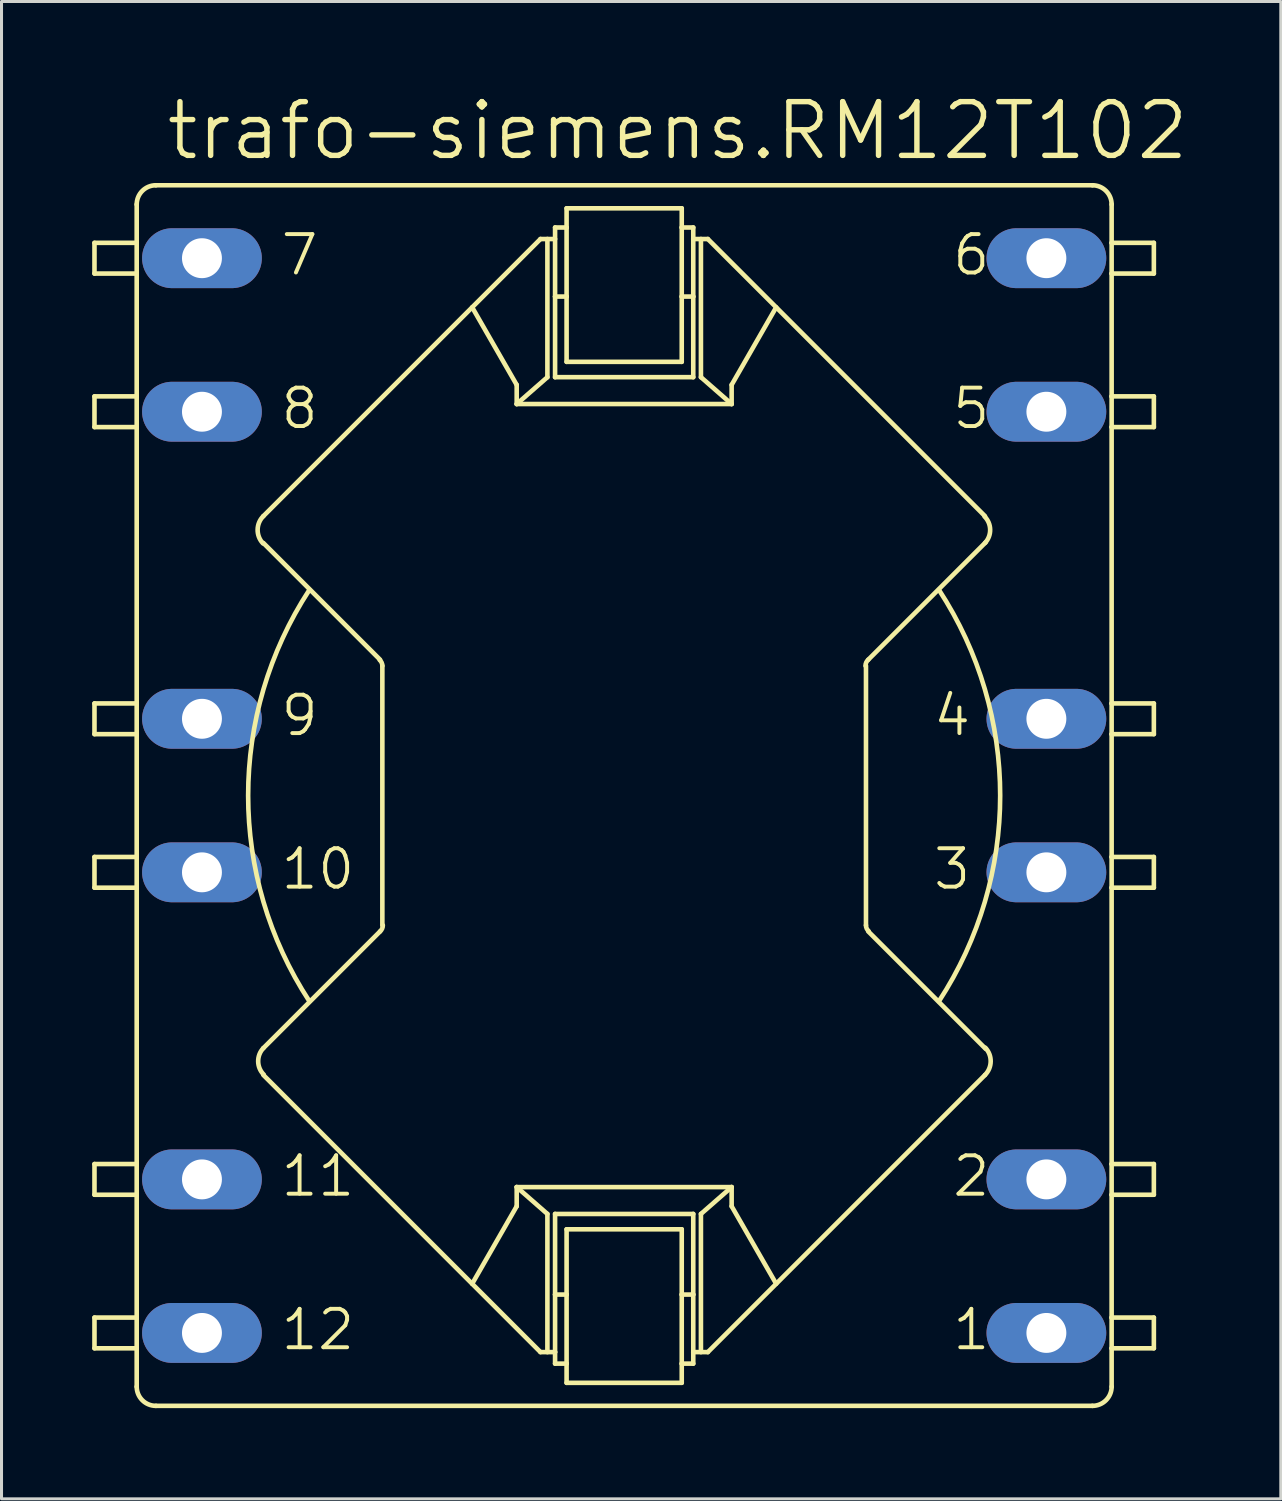
<source format=kicad_pcb>
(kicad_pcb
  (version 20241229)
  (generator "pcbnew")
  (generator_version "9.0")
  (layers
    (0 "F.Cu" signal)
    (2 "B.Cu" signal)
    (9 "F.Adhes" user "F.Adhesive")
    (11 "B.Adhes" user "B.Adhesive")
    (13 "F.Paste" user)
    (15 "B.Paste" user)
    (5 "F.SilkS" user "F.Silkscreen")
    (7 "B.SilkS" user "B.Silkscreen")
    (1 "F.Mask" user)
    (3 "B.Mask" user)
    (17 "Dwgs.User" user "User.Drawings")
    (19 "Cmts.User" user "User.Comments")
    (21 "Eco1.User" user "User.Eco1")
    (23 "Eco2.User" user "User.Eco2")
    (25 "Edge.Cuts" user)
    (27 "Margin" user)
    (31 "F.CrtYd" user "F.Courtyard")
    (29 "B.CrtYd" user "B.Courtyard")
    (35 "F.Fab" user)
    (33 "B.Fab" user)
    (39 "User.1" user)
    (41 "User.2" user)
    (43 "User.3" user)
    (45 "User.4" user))
  (footprint "trafo-siemens.RM12T102"
    (layer "F.Cu")
    (at 17.602 23.273)
    (property "Reference" "trafo-siemens.RM12T102" (at -15.24 -20.955 0) (layer "F.SilkS") (effects (font (size 1.778 1.778) (thickness 0.18)) (justify left bottom)))
    (attr through_hole)
    (fp_line (start -17.526 -17.272) (end -17.526 -18.288) (stroke (width 0.152) (type default)) (layer "F.SilkS"))
    (fp_line (start -17.526 -12.192) (end -17.526 -13.208) (stroke (width 0.152) (type default)) (layer "F.SilkS"))
    (fp_line (start -17.526 -2.032) (end -17.526 -3.048) (stroke (width 0.152) (type default)) (layer "F.SilkS"))
    (fp_line (start -17.526 3.048) (end -17.526 2.032) (stroke (width 0.152) (type default)) (layer "F.SilkS"))
    (fp_line (start -17.526 13.208) (end -17.526 12.192) (stroke (width 0.152) (type default)) (layer "F.SilkS"))
    (fp_line (start -17.526 18.288) (end -17.526 17.272) (stroke (width 0.152) (type default)) (layer "F.SilkS"))
    (fp_line (start -16.129 -18.288) (end -17.526 -18.288) (stroke (width 0.152) (type default)) (layer "F.SilkS"))
    (fp_line (start -16.129 -18.288) (end -16.129 -19.558) (stroke (width 0.152) (type default)) (layer "F.SilkS"))
    (fp_line (start -16.129 -17.272) (end -17.526 -17.272) (stroke (width 0.152) (type default)) (layer "F.SilkS"))
    (fp_line (start -16.129 -17.272) (end -16.129 -18.288) (stroke (width 0.152) (type default)) (layer "F.SilkS"))
    (fp_line (start -16.129 -13.208) (end -17.526 -13.208) (stroke (width 0.152) (type default)) (layer "F.SilkS"))
    (fp_line (start -16.129 -13.208) (end -16.129 -17.272) (stroke (width 0.152) (type default)) (layer "F.SilkS"))
    (fp_line (start -16.129 -12.192) (end -17.526 -12.192) (stroke (width 0.152) (type default)) (layer "F.SilkS"))
    (fp_line (start -16.129 -12.192) (end -16.129 -13.208) (stroke (width 0.152) (type default)) (layer "F.SilkS"))
    (fp_line (start -16.129 -3.048) (end -17.526 -3.048) (stroke (width 0.152) (type default)) (layer "F.SilkS"))
    (fp_line (start -16.129 -3.048) (end -16.129 -12.192) (stroke (width 0.152) (type default)) (layer "F.SilkS"))
    (fp_line (start -16.129 -2.032) (end -17.526 -2.032) (stroke (width 0.152) (type default)) (layer "F.SilkS"))
    (fp_line (start -16.129 -2.032) (end -16.129 -3.048) (stroke (width 0.152) (type default)) (layer "F.SilkS"))
    (fp_line (start -16.129 2.032) (end -17.526 2.032) (stroke (width 0.152) (type default)) (layer "F.SilkS"))
    (fp_line (start -16.129 2.032) (end -16.129 -2.032) (stroke (width 0.152) (type default)) (layer "F.SilkS"))
    (fp_line (start -16.129 3.048) (end -17.526 3.048) (stroke (width 0.152) (type default)) (layer "F.SilkS"))
    (fp_line (start -16.129 3.048) (end -16.129 2.032) (stroke (width 0.152) (type default)) (layer "F.SilkS"))
    (fp_line (start -16.129 12.192) (end -17.526 12.192) (stroke (width 0.152) (type default)) (layer "F.SilkS"))
    (fp_line (start -16.129 12.192) (end -16.129 3.048) (stroke (width 0.152) (type default)) (layer "F.SilkS"))
    (fp_line (start -16.129 13.208) (end -17.526 13.208) (stroke (width 0.152) (type default)) (layer "F.SilkS"))
    (fp_line (start -16.129 13.208) (end -16.129 12.192) (stroke (width 0.152) (type default)) (layer "F.SilkS"))
    (fp_line (start -16.129 17.272) (end -17.526 17.272) (stroke (width 0.152) (type default)) (layer "F.SilkS"))
    (fp_line (start -16.129 17.272) (end -16.129 13.208) (stroke (width 0.152) (type default)) (layer "F.SilkS"))
    (fp_line (start -16.129 18.288) (end -17.526 18.288) (stroke (width 0.152) (type default)) (layer "F.SilkS"))
    (fp_line (start -16.129 18.288) (end -16.129 17.272) (stroke (width 0.152) (type default)) (layer "F.SilkS"))
    (fp_line (start -16.129 19.558) (end -16.129 18.288) (stroke (width 0.152) (type default)) (layer "F.SilkS"))
    (fp_line (start -15.494 -20.193) (end 15.494 -20.193) (stroke (width 0.152) (type default)) (layer "F.SilkS"))
    (fp_line (start -15.494 20.193) (end 15.494 20.193) (stroke (width 0.152) (type default)) (layer "F.SilkS"))
    (fp_line (start -11.938 -9.246) (end -2.769 -18.415) (stroke (width 0.152) (type default)) (layer "F.SilkS"))
    (fp_line (start -11.938 -8.357) (end -8.077 -4.496) (stroke (width 0.152) (type default)) (layer "F.SilkS"))
    (fp_line (start -11.938 8.357) (end -8.077 4.496) (stroke (width 0.152) (type default)) (layer "F.SilkS"))
    (fp_line (start -8.001 4.293) (end -8.001 -4.293) (stroke (width 0.152) (type default)) (layer "F.SilkS"))
    (fp_line (start -3.556 -13.589) (end -5.029 -16.154) (stroke (width 0.152) (type default)) (layer "F.SilkS"))
    (fp_line (start -3.556 -12.954) (end -3.556 -13.589) (stroke (width 0.152) (type default)) (layer "F.SilkS"))
    (fp_line (start -3.556 -12.954) (end 3.556 -12.954) (stroke (width 0.152) (type default)) (layer "F.SilkS"))
    (fp_line (start -3.556 12.954) (end -3.556 13.589) (stroke (width 0.152) (type default)) (layer "F.SilkS"))
    (fp_line (start -3.556 12.954) (end 3.556 12.954) (stroke (width 0.152) (type default)) (layer "F.SilkS"))
    (fp_line (start -3.556 13.589) (end -5.029 16.154) (stroke (width 0.152) (type default)) (layer "F.SilkS"))
    (fp_line (start -2.769 18.415) (end -11.938 9.246) (stroke (width 0.152) (type default)) (layer "F.SilkS"))
    (fp_line (start -2.54 -18.415) (end -2.54 -13.843) (stroke (width 0.152) (type default)) (layer "F.SilkS"))
    (fp_line (start -2.54 -13.843) (end -3.556 -12.954) (stroke (width 0.152) (type default)) (layer "F.SilkS"))
    (fp_line (start -2.54 13.843) (end -3.556 12.954) (stroke (width 0.152) (type default)) (layer "F.SilkS"))
    (fp_line (start -2.54 18.415) (end -2.54 13.843) (stroke (width 0.152) (type default)) (layer "F.SilkS"))
    (fp_line (start -2.286 -18.796) (end -1.905 -18.796) (stroke (width 0.152) (type default)) (layer "F.SilkS"))
    (fp_line (start -2.286 -18.415) (end -2.769 -18.415) (stroke (width 0.152) (type default)) (layer "F.SilkS"))
    (fp_line (start -2.286 -16.51) (end -2.286 -18.796) (stroke (width 0.152) (type default)) (layer "F.SilkS"))
    (fp_line (start -2.286 -16.51) (end -1.905 -16.51) (stroke (width 0.152) (type default)) (layer "F.SilkS"))
    (fp_line (start -2.286 -13.843) (end -2.286 -16.51) (stroke (width 0.152) (type default)) (layer "F.SilkS"))
    (fp_line (start -2.286 -13.843) (end 2.286 -13.843) (stroke (width 0.152) (type default)) (layer "F.SilkS"))
    (fp_line (start -2.286 13.843) (end -2.286 16.51) (stroke (width 0.152) (type default)) (layer "F.SilkS"))
    (fp_line (start -2.286 13.843) (end 2.286 13.843) (stroke (width 0.152) (type default)) (layer "F.SilkS"))
    (fp_line (start -2.286 16.51) (end -2.286 18.415) (stroke (width 0.152) (type default)) (layer "F.SilkS"))
    (fp_line (start -2.286 16.51) (end -1.905 16.51) (stroke (width 0.152) (type default)) (layer "F.SilkS"))
    (fp_line (start -2.286 18.415) (end -2.769 18.415) (stroke (width 0.152) (type default)) (layer "F.SilkS"))
    (fp_line (start -2.286 18.415) (end -2.286 18.796) (stroke (width 0.152) (type default)) (layer "F.SilkS"))
    (fp_line (start -2.286 18.796) (end -1.905 18.796) (stroke (width 0.152) (type default)) (layer "F.SilkS"))
    (fp_line (start -1.905 -19.431) (end -1.905 -18.796) (stroke (width 0.152) (type default)) (layer "F.SilkS"))
    (fp_line (start -1.905 -19.431) (end 1.905 -19.431) (stroke (width 0.152) (type default)) (layer "F.SilkS"))
    (fp_line (start -1.905 -18.796) (end -1.905 -16.51) (stroke (width 0.152) (type default)) (layer "F.SilkS"))
    (fp_line (start -1.905 -16.51) (end -1.905 -14.351) (stroke (width 0.152) (type default)) (layer "F.SilkS"))
    (fp_line (start -1.905 -14.351) (end 1.905 -14.351) (stroke (width 0.152) (type default)) (layer "F.SilkS"))
    (fp_line (start -1.905 14.351) (end -1.905 16.51) (stroke (width 0.152) (type default)) (layer "F.SilkS"))
    (fp_line (start -1.905 16.51) (end -1.905 18.796) (stroke (width 0.152) (type default)) (layer "F.SilkS"))
    (fp_line (start -1.905 18.796) (end -1.905 19.431) (stroke (width 0.152) (type default)) (layer "F.SilkS"))
    (fp_line (start -1.905 19.431) (end 1.905 19.431) (stroke (width 0.152) (type default)) (layer "F.SilkS"))
    (fp_line (start 1.905 -18.796) (end 1.905 -19.431) (stroke (width 0.152) (type default)) (layer "F.SilkS"))
    (fp_line (start 1.905 -16.51) (end 1.905 -18.796) (stroke (width 0.152) (type default)) (layer "F.SilkS"))
    (fp_line (start 1.905 -14.351) (end 1.905 -16.51) (stroke (width 0.152) (type default)) (layer "F.SilkS"))
    (fp_line (start 1.905 14.351) (end -1.905 14.351) (stroke (width 0.152) (type default)) (layer "F.SilkS"))
    (fp_line (start 1.905 16.51) (end 1.905 14.351) (stroke (width 0.152) (type default)) (layer "F.SilkS"))
    (fp_line (start 1.905 18.796) (end 1.905 16.51) (stroke (width 0.152) (type default)) (layer "F.SilkS"))
    (fp_line (start 1.905 19.431) (end 1.905 18.796) (stroke (width 0.152) (type default)) (layer "F.SilkS"))
    (fp_line (start 2.286 -18.796) (end 1.905 -18.796) (stroke (width 0.152) (type default)) (layer "F.SilkS"))
    (fp_line (start 2.286 -18.415) (end 2.286 -18.796) (stroke (width 0.152) (type default)) (layer "F.SilkS"))
    (fp_line (start 2.286 -18.415) (end 2.769 -18.415) (stroke (width 0.152) (type default)) (layer "F.SilkS"))
    (fp_line (start 2.286 -16.51) (end 1.905 -16.51) (stroke (width 0.152) (type default)) (layer "F.SilkS"))
    (fp_line (start 2.286 -16.51) (end 2.286 -18.415) (stroke (width 0.152) (type default)) (layer "F.SilkS"))
    (fp_line (start 2.286 -13.843) (end 2.286 -16.51) (stroke (width 0.152) (type default)) (layer "F.SilkS"))
    (fp_line (start 2.286 13.843) (end 2.286 16.51) (stroke (width 0.152) (type default)) (layer "F.SilkS"))
    (fp_line (start 2.286 16.51) (end 1.905 16.51) (stroke (width 0.152) (type default)) (layer "F.SilkS"))
    (fp_line (start 2.286 16.51) (end 2.286 18.415) (stroke (width 0.152) (type default)) (layer "F.SilkS"))
    (fp_line (start 2.286 18.415) (end 2.286 18.796) (stroke (width 0.152) (type default)) (layer "F.SilkS"))
    (fp_line (start 2.286 18.415) (end 2.769 18.415) (stroke (width 0.152) (type default)) (layer "F.SilkS"))
    (fp_line (start 2.286 18.796) (end 1.905 18.796) (stroke (width 0.152) (type default)) (layer "F.SilkS"))
    (fp_line (start 2.54 -13.843) (end 2.54 -18.415) (stroke (width 0.152) (type default)) (layer "F.SilkS"))
    (fp_line (start 2.54 -13.843) (end 3.556 -12.954) (stroke (width 0.152) (type default)) (layer "F.SilkS"))
    (fp_line (start 2.54 13.843) (end 2.54 18.415) (stroke (width 0.152) (type default)) (layer "F.SilkS"))
    (fp_line (start 2.54 13.843) (end 3.556 12.954) (stroke (width 0.152) (type default)) (layer "F.SilkS"))
    (fp_line (start 2.769 18.415) (end 11.938 9.246) (stroke (width 0.152) (type default)) (layer "F.SilkS"))
    (fp_line (start 3.556 -13.589) (end 5.029 -16.154) (stroke (width 0.152) (type default)) (layer "F.SilkS"))
    (fp_line (start 3.556 -12.954) (end 3.556 -13.589) (stroke (width 0.152) (type default)) (layer "F.SilkS"))
    (fp_line (start 3.556 12.954) (end 3.556 13.589) (stroke (width 0.152) (type default)) (layer "F.SilkS"))
    (fp_line (start 3.556 13.589) (end 5.029 16.154) (stroke (width 0.152) (type default)) (layer "F.SilkS"))
    (fp_line (start 8.001 4.293) (end 8.001 -4.293) (stroke (width 0.152) (type default)) (layer "F.SilkS"))
    (fp_line (start 8.077 -4.496) (end 11.963 -8.382) (stroke (width 0.152) (type default)) (layer "F.SilkS"))
    (fp_line (start 8.077 4.496) (end 11.963 8.382) (stroke (width 0.152) (type default)) (layer "F.SilkS"))
    (fp_line (start 11.938 -9.246) (end 2.769 -18.415) (stroke (width 0.152) (type default)) (layer "F.SilkS"))
    (fp_line (start 16.129 -18.288) (end 16.129 -19.558) (stroke (width 0.152) (type default)) (layer "F.SilkS"))
    (fp_line (start 16.129 -18.288) (end 17.526 -18.288) (stroke (width 0.152) (type default)) (layer "F.SilkS"))
    (fp_line (start 16.129 -17.272) (end 16.129 -18.288) (stroke (width 0.152) (type default)) (layer "F.SilkS"))
    (fp_line (start 16.129 -17.272) (end 17.526 -17.272) (stroke (width 0.152) (type default)) (layer "F.SilkS"))
    (fp_line (start 16.129 -13.208) (end 16.129 -17.272) (stroke (width 0.152) (type default)) (layer "F.SilkS"))
    (fp_line (start 16.129 -13.208) (end 17.526 -13.208) (stroke (width 0.152) (type default)) (layer "F.SilkS"))
    (fp_line (start 16.129 -12.192) (end 16.129 -13.208) (stroke (width 0.152) (type default)) (layer "F.SilkS"))
    (fp_line (start 16.129 -12.192) (end 17.526 -12.192) (stroke (width 0.152) (type default)) (layer "F.SilkS"))
    (fp_line (start 16.129 -3.048) (end 16.129 -12.192) (stroke (width 0.152) (type default)) (layer "F.SilkS"))
    (fp_line (start 16.129 -3.048) (end 17.526 -3.048) (stroke (width 0.152) (type default)) (layer "F.SilkS"))
    (fp_line (start 16.129 -2.032) (end 16.129 -3.048) (stroke (width 0.152) (type default)) (layer "F.SilkS"))
    (fp_line (start 16.129 -2.032) (end 17.526 -2.032) (stroke (width 0.152) (type default)) (layer "F.SilkS"))
    (fp_line (start 16.129 2.032) (end 16.129 -2.032) (stroke (width 0.152) (type default)) (layer "F.SilkS"))
    (fp_line (start 16.129 2.032) (end 17.526 2.032) (stroke (width 0.152) (type default)) (layer "F.SilkS"))
    (fp_line (start 16.129 3.048) (end 16.129 2.032) (stroke (width 0.152) (type default)) (layer "F.SilkS"))
    (fp_line (start 16.129 3.048) (end 17.526 3.048) (stroke (width 0.152) (type default)) (layer "F.SilkS"))
    (fp_line (start 16.129 12.192) (end 16.129 3.048) (stroke (width 0.152) (type default)) (layer "F.SilkS"))
    (fp_line (start 16.129 12.192) (end 17.526 12.192) (stroke (width 0.152) (type default)) (layer "F.SilkS"))
    (fp_line (start 16.129 13.208) (end 16.129 12.192) (stroke (width 0.152) (type default)) (layer "F.SilkS"))
    (fp_line (start 16.129 13.208) (end 17.526 13.208) (stroke (width 0.152) (type default)) (layer "F.SilkS"))
    (fp_line (start 16.129 17.272) (end 16.129 13.208) (stroke (width 0.152) (type default)) (layer "F.SilkS"))
    (fp_line (start 16.129 17.272) (end 17.526 17.272) (stroke (width 0.152) (type default)) (layer "F.SilkS"))
    (fp_line (start 16.129 18.288) (end 16.129 17.272) (stroke (width 0.152) (type default)) (layer "F.SilkS"))
    (fp_line (start 16.129 18.288) (end 17.526 18.288) (stroke (width 0.152) (type default)) (layer "F.SilkS"))
    (fp_line (start 16.129 19.558) (end 16.129 18.288) (stroke (width 0.152) (type default)) (layer "F.SilkS"))
    (fp_line (start 17.526 -17.272) (end 17.526 -18.288) (stroke (width 0.152) (type default)) (layer "F.SilkS"))
    (fp_line (start 17.526 -12.192) (end 17.526 -13.208) (stroke (width 0.152) (type default)) (layer "F.SilkS"))
    (fp_line (start 17.526 -2.032) (end 17.526 -3.048) (stroke (width 0.152) (type default)) (layer "F.SilkS"))
    (fp_line (start 17.526 3.048) (end 17.526 2.032) (stroke (width 0.152) (type default)) (layer "F.SilkS"))
    (fp_line (start 17.526 13.208) (end 17.526 12.192) (stroke (width 0.152) (type default)) (layer "F.SilkS"))
    (fp_line (start 17.526 18.288) (end 17.526 17.272) (stroke (width 0.152) (type default)) (layer "F.SilkS"))
    (fp_arc (start -16.129 -19.558) (mid -15.943013 -20.007013) (end -15.494 -20.193) (stroke (width 0.1524) (type default)) (layer "F.SilkS"))
    (fp_arc (start -15.494 20.193) (mid -15.943013 20.007013) (end -16.129 19.558) (stroke (width 0.1524) (type default)) (layer "F.SilkS"))
    (fp_arc (start -11.9509 -8.3444) (mid -12.127338 -8.797618) (end -11.938 -9.2456) (stroke (width 0.1524) (type default)) (layer "F.SilkS"))
    (fp_arc (start -11.9254 9.233) (mid -12.109553 8.797357) (end -11.938 8.3566) (stroke (width 0.1524) (type default)) (layer "F.SilkS"))
    (fp_arc (start -10.414 6.8072) (mid -12.441438 0) (end -10.414 -6.8072) (stroke (width 0.1524) (type default)) (layer "F.SilkS"))
    (fp_arc (start -8.0877 -4.4838) (mid -8.023672 -4.397577) (end -8.001 -4.2926) (stroke (width 0.1524) (type default)) (layer "F.SilkS"))
    (fp_arc (start -7.985 4.2926) (mid -8.009127 4.40417) (end -8.0772 4.4958) (stroke (width 0.1524) (type default)) (layer "F.SilkS"))
    (fp_arc (start 7.985 -4.2926) (mid 8.009127 -4.40417) (end 8.0772 -4.4958) (stroke (width 0.1524) (type default)) (layer "F.SilkS"))
    (fp_arc (start 8.0877 4.4838) (mid 8.023672 4.397577) (end 8.001 4.2926) (stroke (width 0.1524) (type default)) (layer "F.SilkS"))
    (fp_arc (start 10.414 -6.8072) (mid 12.441438 0) (end 10.414 6.8072) (stroke (width 0.1524) (type default)) (layer "F.SilkS"))
    (fp_arc (start 11.9255 -9.2331) (mid 12.109694 -8.797357) (end 11.9381 -8.3565) (stroke (width 0.1524) (type default)) (layer "F.SilkS"))
    (fp_arc (start 11.9509 8.3444) (mid 12.127338 8.797618) (end 11.938 9.2456) (stroke (width 0.1524) (type default)) (layer "F.SilkS"))
    (fp_arc (start 15.494 -20.193) (mid 15.943013 -20.007013) (end 16.129 -19.558) (stroke (width 0.1524) (type default)) (layer "F.SilkS"))
    (fp_arc (start 16.129 19.558) (mid 15.943013 20.007013) (end 15.494 20.193) (stroke (width 0.1524) (type default)) (layer "F.SilkS"))
    (fp_text user "5" (at 10.795 -12.065 0) (layer "F.SilkS") (effects (font (size 1.27 1.27) (thickness 0.13)) (justify left bottom)))
    (fp_text user "2" (at 10.795 13.335 0) (layer "F.SilkS") (effects (font (size 1.27 1.27) (thickness 0.13)) (justify left bottom)))
    (fp_text user "9" (at -11.43 -1.905 0) (layer "F.SilkS") (effects (font (size 1.27 1.27) (thickness 0.13)) (justify left bottom)))
    (fp_text user "7" (at -11.43 -17.145 0) (layer "F.SilkS") (effects (font (size 1.27 1.27) (thickness 0.13)) (justify left bottom)))
    (fp_text user "1" (at 10.795 18.415 0) (layer "F.SilkS") (effects (font (size 1.27 1.27) (thickness 0.13)) (justify left bottom)))
    (fp_text user "8" (at -11.43 -12.065 0) (layer "F.SilkS") (effects (font (size 1.27 1.27) (thickness 0.13)) (justify left bottom)))
    (fp_text user "12" (at -11.43 18.415 0) (layer "F.SilkS") (effects (font (size 1.27 1.27) (thickness 0.13)) (justify left bottom)))
    (fp_text user "6" (at 10.795 -17.145 0) (layer "F.SilkS") (effects (font (size 1.27 1.27) (thickness 0.13)) (justify left bottom)))
    (fp_text user "11" (at -11.43 13.335 0) (layer "F.SilkS") (effects (font (size 1.27 1.27) (thickness 0.13)) (justify left bottom)))
    (fp_text user "4" (at 10.16 -1.905 0) (layer "F.SilkS") (effects (font (size 1.27 1.27) (thickness 0.13)) (justify left bottom)))
    (fp_text user "3" (at 10.16 3.175 0) (layer "F.SilkS") (effects (font (size 1.27 1.27) (thickness 0.13)) (justify left bottom)))
    (fp_text user "10" (at -11.43 3.175 0) (layer "F.SilkS") (effects (font (size 1.27 1.27) (thickness 0.13)) (justify left bottom)))
    (pad "1" thru_hole oval (at 13.97 17.78) (size 3.962 1.981) (drill 1.321) (layers "*.Cu" "*.Mask"))
    (pad "2" thru_hole oval (at 13.97 12.7) (size 3.962 1.981) (drill 1.321) (layers "*.Cu" "*.Mask"))
    (pad "3" thru_hole oval (at 13.97 2.54) (size 3.962 1.981) (drill 1.321) (layers "*.Cu" "*.Mask"))
    (pad "4" thru_hole oval (at 13.97 -2.54) (size 3.962 1.981) (drill 1.321) (layers "*.Cu" "*.Mask"))
    (pad "5" thru_hole oval (at 13.97 -12.7) (size 3.962 1.981) (drill 1.321) (layers "*.Cu" "*.Mask"))
    (pad "6" thru_hole oval (at 13.97 -17.78) (size 3.962 1.981) (drill 1.321) (layers "*.Cu" "*.Mask"))
    (pad "7" thru_hole oval (at -13.97 -17.78) (size 3.962 1.981) (drill 1.321) (layers "*.Cu" "*.Mask"))
    (pad "8" thru_hole oval (at -13.97 -12.7) (size 3.962 1.981) (drill 1.321) (layers "*.Cu" "*.Mask"))
    (pad "9" thru_hole oval (at -13.97 -2.54) (size 3.962 1.981) (drill 1.321) (layers "*.Cu" "*.Mask"))
    (pad "10" thru_hole oval (at -13.97 2.54) (size 3.962 1.981) (drill 1.321) (layers "*.Cu" "*.Mask"))
    (pad "11" thru_hole oval (at -13.97 12.7) (size 3.962 1.981) (drill 1.321) (layers "*.Cu" "*.Mask"))
    (pad "12" thru_hole oval (at -13.97 17.78) (size 3.962 1.981) (drill 1.321) (layers "*.Cu" "*.Mask")))
  (gr_rect
    (start -3 -3)
    (end 39.329 46.542)
    (stroke (width 0.1) (type default))
    (fill no)
    (layer "Edge.Cuts")))
</source>
